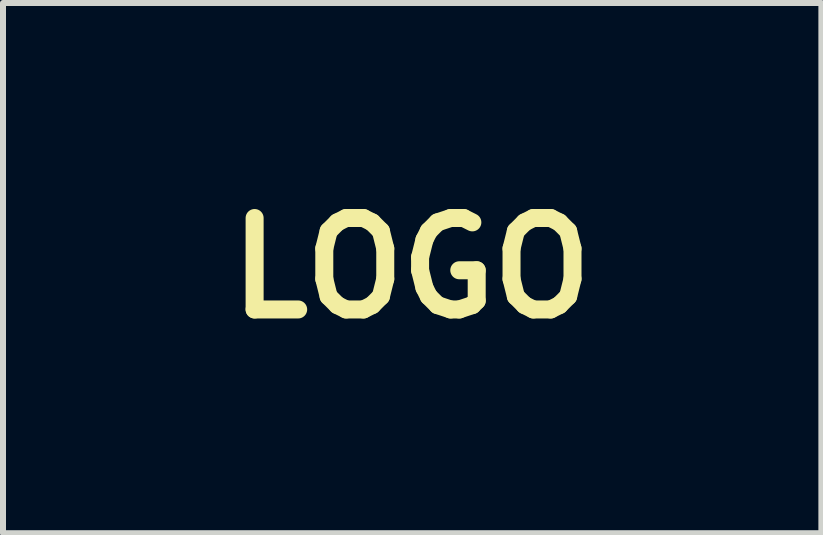
<source format=kicad_pcb>
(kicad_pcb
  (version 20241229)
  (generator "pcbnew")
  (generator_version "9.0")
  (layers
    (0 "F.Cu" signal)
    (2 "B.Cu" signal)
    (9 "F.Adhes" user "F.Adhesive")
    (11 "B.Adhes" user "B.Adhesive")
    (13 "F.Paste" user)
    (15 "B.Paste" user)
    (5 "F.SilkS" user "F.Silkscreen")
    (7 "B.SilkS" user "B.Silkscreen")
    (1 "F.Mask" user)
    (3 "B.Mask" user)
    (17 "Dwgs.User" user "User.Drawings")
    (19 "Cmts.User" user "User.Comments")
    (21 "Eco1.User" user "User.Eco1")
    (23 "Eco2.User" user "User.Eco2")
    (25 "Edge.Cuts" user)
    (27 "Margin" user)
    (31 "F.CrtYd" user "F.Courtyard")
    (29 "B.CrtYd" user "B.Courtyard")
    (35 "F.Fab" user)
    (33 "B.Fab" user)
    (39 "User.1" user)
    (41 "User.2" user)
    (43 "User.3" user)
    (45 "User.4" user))
  (footprint "LOGO"
    (layer "F.Cu")
    (at 3.806 1.418)
    (property "Reference" "LOGO" (at 0 0 0) (layer "F.SilkS") (effects (font (size 1.524 1.524) (thickness 0.3))))
    (attr through_hole)
    (fp_poly (pts (xy -2.684 0.251) (xy -2.716 0.262) (xy -2.739 0.269) (xy -2.756 0.276) (xy -2.758 0.276) (xy -2.77 0.274) (xy -2.773 0.269) (xy -2.774 0.258) (xy -2.775 0.232) (xy -2.775 0.194) (xy -2.776 0.146) (xy -2.776 0.09) (xy -2.775 0.029) (xy -2.775 0.025) (xy -2.773 -0.207) (xy -2.684 -0.213) (xy -2.684 0.251)) (stroke (width 0.01) (type solid)) (fill yes) (layer "F.Mask"))
    (fp_poly (pts (xy -0.906 -0.726) (xy -0.891 -0.723) (xy -0.872 -0.718) (xy -0.872 0.559) (xy -0.999 0.559) (xy -0.999 -0.042) (xy -1.651 -0.042) (xy -1.653 0.256) (xy -1.655 0.555) (xy -1.717 0.557) (xy -1.778 0.56) (xy -1.778 -0.718) (xy -1.759 -0.723) (xy -1.723 -0.728) (xy -1.685 -0.726) (xy -1.67 -0.723) (xy -1.651 -0.718) (xy -1.651 -0.161) (xy -0.999 -0.161) (xy -0.999 -0.718) (xy -0.98 -0.723) (xy -0.945 -0.728) (xy -0.906 -0.726)) (stroke (width 0.01) (type solid)) (fill yes) (layer "F.Mask"))
    (fp_poly (pts (xy -3.471 -0.208) (xy -3.444 -0.206) (xy -3.403 -0.204) (xy -3.352 -0.203) (xy -3.295 -0.201) (xy -3.235 -0.199) (xy -3.215 -0.198) (xy -3.023 -0.193) (xy -3.023 0.32) (xy -3.054 0.325) (xy -3.095 0.328) (xy -3.148 0.329) (xy -3.213 0.325) (xy -3.272 0.32) (xy -3.32 0.314) (xy -3.371 0.306) (xy -3.422 0.296) (xy -3.468 0.286) (xy -3.504 0.276) (xy -3.516 0.272) (xy -3.539 0.263) (xy -3.537 0.025) (xy -3.535 -0.212) (xy -3.471 -0.208)) (stroke (width 0.01) (type solid)) (fill yes) (layer "F.Mask"))
    (fp_poly (pts (xy 0.584 0.449) (xy 1.101 0.449) (xy 1.101 0.559) (xy 0.783 0.559) (xy 0.702 0.559) (xy 0.635 0.559) (xy 0.583 0.558) (xy 0.542 0.558) (xy 0.512 0.557) (xy 0.49 0.555) (xy 0.475 0.553) (xy 0.466 0.551) (xy 0.461 0.547) (xy 0.458 0.543) (xy 0.457 0.542) (xy 0.456 0.531) (xy 0.454 0.503) (xy 0.453 0.459) (xy 0.452 0.399) (xy 0.451 0.322) (xy 0.45 0.23) (xy 0.45 0.12) (xy 0.451 -0.006) (xy 0.451 -0.095) (xy 0.453 -0.715) (xy 0.58 -0.715) (xy 0.584 0.449)) (stroke (width 0.01) (type solid)) (fill yes) (layer "F.Mask"))
    (fp_poly (pts (xy 3.384 -0.72) (xy 3.828 -0.72) (xy 3.825 -0.667) (xy 3.823 -0.614) (xy 3.634 -0.612) (xy 3.446 -0.609) (xy 3.444 -0.027) (xy 3.442 0.555) (xy 3.381 0.557) (xy 3.349 0.558) (xy 3.329 0.556) (xy 3.319 0.551) (xy 3.316 0.546) (xy 3.315 0.535) (xy 3.314 0.509) (xy 3.313 0.469) (xy 3.312 0.416) (xy 3.312 0.352) (xy 3.311 0.278) (xy 3.311 0.196) (xy 3.311 0.106) (xy 3.31 0.012) (xy 3.31 -0.039) (xy 3.31 -0.61) (xy 3.124 -0.61) (xy 3.063 -0.61) (xy 3.017 -0.61) (xy 2.984 -0.611) (xy 2.961 -0.612) (xy 2.948 -0.615) (xy 2.94 -0.618) (xy 2.938 -0.622) (xy 2.937 -0.624) (xy 2.935 -0.646) (xy 2.933 -0.656) (xy 2.932 -0.677) (xy 2.934 -0.696) (xy 2.939 -0.72) (xy 3.384 -0.72)) (stroke (width 0.01) (type solid)) (fill yes) (layer "F.Mask"))
    (fp_poly (pts (xy 1.417 -0.693) (xy 1.418 -0.68) (xy 1.419 -0.651) (xy 1.42 -0.609) (xy 1.42 -0.556) (xy 1.421 -0.492) (xy 1.421 -0.42) (xy 1.422 -0.341) (xy 1.422 -0.257) (xy 1.422 -0.17) (xy 1.422 -0.08) (xy 1.422 0.009) (xy 1.422 0.096) (xy 1.422 0.181) (xy 1.421 0.26) (xy 1.421 0.333) (xy 1.42 0.398) (xy 1.42 0.452) (xy 1.419 0.495) (xy 1.418 0.525) (xy 1.417 0.539) (xy 1.417 0.54) (xy 1.413 0.55) (xy 1.405 0.555) (xy 1.388 0.558) (xy 1.36 0.559) (xy 1.35 0.559) (xy 1.317 0.558) (xy 1.298 0.556) (xy 1.288 0.552) (xy 1.284 0.543) (xy 1.283 0.54) (xy 1.282 0.528) (xy 1.281 0.501) (xy 1.281 0.46) (xy 1.28 0.406) (xy 1.28 0.341) (xy 1.28 0.266) (xy 1.28 0.182) (xy 1.28 0.09) (xy 1.28 -0.007) (xy 1.28 -0.097) (xy 1.283 -0.715) (xy 1.347 -0.718) (xy 1.412 -0.72) (xy 1.417 -0.693)) (stroke (width 0.01) (type solid)) (fill yes) (layer "F.Mask"))
    (fp_poly (pts (xy -3.732 -0.335) (xy -3.715 -0.315) (xy -3.704 -0.287) (xy -3.7 -0.257) (xy -3.697 -0.237) (xy -3.685 -0.225) (xy -3.661 -0.221) (xy -3.644 -0.22) (xy -3.615 -0.22) (xy -3.615 0.004) (xy -3.615 0.064) (xy -3.616 0.118) (xy -3.616 0.163) (xy -3.616 0.198) (xy -3.617 0.221) (xy -3.617 0.229) (xy -3.625 0.225) (xy -3.642 0.215) (xy -3.649 0.211) (xy -3.688 0.184) (xy -3.716 0.155) (xy -3.736 0.12) (xy -3.751 0.074) (xy -3.756 0.051) (xy -3.769 -0.012) (xy -3.781 -0.074) (xy -3.79 -0.132) (xy -3.797 -0.183) (xy -3.801 -0.222) (xy -3.801 -0.237) (xy -3.8 -0.25) (xy -3.758 -0.25) (xy -3.757 -0.235) (xy -3.754 -0.234) (xy -3.754 -0.235) (xy -3.752 -0.252) (xy -3.753 -0.26) (xy -3.756 -0.264) (xy -3.757 -0.252) (xy -3.758 -0.25) (xy -3.8 -0.25) (xy -3.798 -0.279) (xy -3.787 -0.312) (xy -3.771 -0.335) (xy -3.751 -0.343) (xy -3.751 -0.343) (xy -3.732 -0.335)) (stroke (width 0.01) (type solid)) (fill yes) (layer "F.Mask"))
    (fp_poly (pts (xy -2.496 -0.339) (xy -2.482 -0.318) (xy -2.472 -0.287) (xy -2.466 -0.255) (xy -2.466 -0.232) (xy -2.469 -0.197) (xy -2.474 -0.153) (xy -2.481 -0.103) (xy -2.489 -0.051) (xy -2.497 0.000015) (xy -2.506 0.047) (xy -2.514 0.085) (xy -2.521 0.113) (xy -2.525 0.123) (xy -2.54 0.145) (xy -2.561 0.169) (xy -2.583 0.189) (xy -2.593 0.196) (xy -2.598 0.197) (xy -2.601 0.196) (xy -2.604 0.188) (xy -2.605 0.174) (xy -2.606 0.15) (xy -2.607 0.116) (xy -2.606 0.069) (xy -2.606 0.007) (xy -2.606 -0.01) (xy -2.605 -0.076) (xy -2.604 -0.126) (xy -2.603 -0.164) (xy -2.602 -0.191) (xy -2.6 -0.208) (xy -2.597 -0.219) (xy -2.594 -0.224) (xy -2.589 -0.226) (xy -2.585 -0.227) (xy -2.574 -0.232) (xy -2.567 -0.245) (xy -2.566 -0.25) (xy -2.513 -0.25) (xy -2.512 -0.235) (xy -2.509 -0.234) (xy -2.509 -0.235) (xy -2.507 -0.252) (xy -2.509 -0.26) (xy -2.511 -0.264) (xy -2.513 -0.252) (xy -2.513 -0.25) (xy -2.566 -0.25) (xy -2.562 -0.27) (xy -2.562 -0.272) (xy -2.553 -0.306) (xy -2.538 -0.332) (xy -2.52 -0.346) (xy -2.511 -0.347) (xy -2.496 -0.339)) (stroke (width 0.01) (type solid)) (fill yes) (layer "F.Mask"))
    (fp_poly (pts (xy -0.032 -0.727) (xy 0.03 -0.726) (xy 0.077 -0.725) (xy 0.108 -0.723) (xy 0.125 -0.72) (xy 0.127 -0.719) (xy 0.137 -0.712) (xy 0.142 -0.699) (xy 0.143 -0.676) (xy 0.142 -0.662) (xy 0.14 -0.614) (xy -0.129 -0.612) (xy -0.398 -0.609) (xy -0.398 -0.161) (xy 0.114 -0.157) (xy 0.117 -0.111) (xy 0.117 -0.082) (xy 0.113 -0.06) (xy 0.109 -0.054) (xy 0.104 -0.051) (xy 0.093 -0.048) (xy 0.074 -0.046) (xy 0.046 -0.044) (xy 0.007 -0.043) (xy -0.045 -0.043) (xy -0.111 -0.042) (xy -0.149 -0.042) (xy -0.398 -0.042) (xy -0.398 0.449) (xy 0.161 0.449) (xy 0.161 0.559) (xy -0.523 0.559) (xy -0.528 0.54) (xy -0.529 0.527) (xy -0.53 0.499) (xy -0.531 0.458) (xy -0.532 0.405) (xy -0.532 0.342) (xy -0.533 0.27) (xy -0.533 0.192) (xy -0.533 0.108) (xy -0.533 0.021) (xy -0.533 -0.068) (xy -0.533 -0.158) (xy -0.533 -0.246) (xy -0.532 -0.331) (xy -0.532 -0.412) (xy -0.531 -0.486) (xy -0.53 -0.553) (xy -0.529 -0.61) (xy -0.528 -0.656) (xy -0.527 -0.689) (xy -0.526 -0.708) (xy -0.525 -0.711) (xy -0.521 -0.715) (xy -0.512 -0.717) (xy -0.497 -0.72) (xy -0.474 -0.721) (xy -0.442 -0.723) (xy -0.399 -0.724) (xy -0.344 -0.725) (xy -0.274 -0.726) (xy -0.204 -0.726) (xy -0.109 -0.727) (xy -0.032 -0.727)) (stroke (width 0.01) (type solid)) (fill yes) (layer "F.Mask"))
    (fp_poly (pts (xy -3.08 -0.876) (xy -3.043 -0.874) (xy -3.015 -0.872) (xy -2.989 -0.867) (xy -2.961 -0.859) (xy -2.929 -0.848) (xy -2.89 -0.834) (xy -2.853 -0.819) (xy -2.824 -0.805) (xy -2.814 -0.8) (xy -2.768 -0.769) (xy -2.719 -0.728) (xy -2.673 -0.684) (xy -2.637 -0.643) (xy -2.609 -0.603) (xy -2.582 -0.557) (xy -2.557 -0.509) (xy -2.537 -0.464) (xy -2.525 -0.428) (xy -2.525 -0.426) (xy -2.52 -0.403) (xy -2.522 -0.392) (xy -2.533 -0.385) (xy -2.54 -0.382) (xy -2.563 -0.366) (xy -2.583 -0.338) (xy -2.597 -0.301) (xy -2.599 -0.293) (xy -2.602 -0.282) (xy -2.607 -0.273) (xy -2.617 -0.267) (xy -2.634 -0.262) (xy -2.659 -0.257) (xy -2.694 -0.254) (xy -2.742 -0.251) (xy -2.804 -0.247) (xy -2.821 -0.246) (xy -2.956 -0.241) (xy -3.103 -0.239) (xy -3.255 -0.24) (xy -3.408 -0.244) (xy -3.473 -0.247) (xy -3.536 -0.25) (xy -3.584 -0.254) (xy -3.619 -0.258) (xy -3.643 -0.263) (xy -3.657 -0.27) (xy -3.664 -0.278) (xy -3.666 -0.288) (xy -3.672 -0.316) (xy -3.687 -0.345) (xy -3.708 -0.369) (xy -3.724 -0.381) (xy -3.749 -0.391) (xy -3.729 -0.45) (xy -3.701 -0.52) (xy -3.667 -0.582) (xy -3.624 -0.64) (xy -3.569 -0.699) (xy -3.559 -0.71) (xy -2.868 -0.71) (xy -2.864 -0.686) (xy -2.851 -0.659) (xy -2.83 -0.631) (xy -2.802 -0.605) (xy -2.785 -0.592) (xy -2.759 -0.576) (xy -2.741 -0.569) (xy -2.725 -0.569) (xy -2.714 -0.572) (xy -2.702 -0.584) (xy -2.701 -0.604) (xy -2.71 -0.628) (xy -2.726 -0.654) (xy -2.748 -0.681) (xy -2.773 -0.704) (xy -2.8 -0.723) (xy -2.826 -0.733) (xy -2.845 -0.735) (xy -2.862 -0.727) (xy -2.868 -0.71) (xy -3.559 -0.71) (xy -3.532 -0.736) (xy -3.501 -0.762) (xy -3.473 -0.783) (xy -3.441 -0.801) (xy -3.421 -0.811) (xy -3.366 -0.836) (xy -3.32 -0.854) (xy -3.277 -0.866) (xy -3.233 -0.872) (xy -3.181 -0.875) (xy -3.128 -0.876) (xy -3.08 -0.876)) (stroke (width 0.01) (type solid)) (fill yes) (layer "F.Mask"))
    (fp_poly (pts (xy -2.56 0.242) (xy -2.573 0.281) (xy -2.592 0.328) (xy -2.614 0.375) (xy -2.634 0.413) (xy -2.655 0.442) (xy -2.685 0.479) (xy -2.721 0.52) (xy -2.762 0.562) (xy -2.803 0.602) (xy -2.843 0.638) (xy -2.879 0.668) (xy -2.907 0.688) (xy -2.913 0.691) (xy -2.93 0.699) (xy -2.945 0.705) (xy -2.963 0.71) (xy -2.984 0.713) (xy -3.013 0.714) (xy -3.053 0.716) (xy -3.106 0.716) (xy -3.111 0.716) (xy -3.163 0.717) (xy -3.21 0.716) (xy -3.25 0.715) (xy -3.28 0.714) (xy -3.294 0.712) (xy -3.32 0.704) (xy -3.35 0.691) (xy -3.359 0.687) (xy -3.383 0.672) (xy -3.415 0.646) (xy -3.452 0.613) (xy -3.491 0.576) (xy -3.51 0.556) (xy -3.22 0.556) (xy -3.219 0.593) (xy -3.218 0.598) (xy -3.215 0.609) (xy -3.208 0.608) (xy -3.2 0.597) (xy -3.195 0.578) (xy -3.194 0.568) (xy -3.194 0.567) (xy -3.141 0.567) (xy -3.141 0.567) (xy -3.14 0.598) (xy -3.137 0.619) (xy -3.133 0.627) (xy -3.133 0.627) (xy -3.128 0.619) (xy -3.125 0.598) (xy -3.124 0.567) (xy -3.124 0.567) (xy -3.124 0.565) (xy -3.073 0.565) (xy -3.072 0.587) (xy -3.07 0.598) (xy -3.061 0.609) (xy -3.052 0.605) (xy -3.046 0.591) (xy -3.045 0.565) (xy -3.047 0.54) (xy -3.051 0.52) (xy -3.057 0.51) (xy -3.06 0.51) (xy -3.066 0.52) (xy -3.07 0.54) (xy -3.073 0.565) (xy -3.124 0.565) (xy -3.125 0.537) (xy -3.128 0.516) (xy -3.133 0.508) (xy -3.133 0.508) (xy -3.137 0.516) (xy -3.14 0.537) (xy -3.141 0.567) (xy -3.194 0.567) (xy -3.193 0.542) (xy -3.195 0.521) (xy -3.196 0.518) (xy -3.202 0.508) (xy -3.209 0.513) (xy -3.212 0.517) (xy -3.218 0.532) (xy -3.22 0.556) (xy -3.51 0.556) (xy -3.53 0.537) (xy -3.565 0.499) (xy -3.593 0.466) (xy -3.604 0.452) (xy -3.629 0.413) (xy -3.654 0.368) (xy -3.677 0.321) (xy -3.694 0.279) (xy -3.704 0.246) (xy -3.71 0.218) (xy -3.686 0.235) (xy -3.632 0.267) (xy -3.565 0.296) (xy -3.489 0.322) (xy -3.408 0.342) (xy -3.358 0.351) (xy -3.308 0.357) (xy -3.245 0.361) (xy -3.174 0.364) (xy -3.101 0.364) (xy -3.03 0.362) (xy -2.966 0.358) (xy -2.913 0.352) (xy -2.907 0.351) (xy -2.824 0.334) (xy -2.743 0.311) (xy -2.67 0.284) (xy -2.608 0.253) (xy -2.579 0.234) (xy -2.554 0.217) (xy -2.56 0.242)) (stroke (width 0.01) (type solid)) (fill yes) (layer "F.Mask"))
    (fp_poly (pts (xy 2.274 -0.74) (xy 2.312 -0.739) (xy 2.342 -0.737) (xy 2.367 -0.733) (xy 2.39 -0.727) (xy 2.408 -0.721) (xy 2.495 -0.682) (xy 2.572 -0.631) (xy 2.638 -0.567) (xy 2.693 -0.492) (xy 2.736 -0.407) (xy 2.768 -0.311) (xy 2.787 -0.207) (xy 2.794 -0.094) (xy 2.788 0.026) (xy 2.785 0.051) (xy 2.765 0.157) (xy 2.734 0.254) (xy 2.691 0.341) (xy 2.637 0.415) (xy 2.582 0.47) (xy 2.54 0.5) (xy 2.488 0.528) (xy 2.432 0.553) (xy 2.379 0.57) (xy 2.368 0.572) (xy 2.315 0.58) (xy 2.253 0.583) (xy 2.188 0.582) (xy 2.126 0.577) (xy 2.073 0.568) (xy 2.067 0.567) (xy 2.005 0.548) (xy 1.952 0.524) (xy 1.904 0.492) (xy 1.854 0.449) (xy 1.84 0.435) (xy 1.805 0.4) (xy 1.78 0.37) (xy 1.76 0.341) (xy 1.741 0.306) (xy 1.736 0.295) (xy 1.71 0.236) (xy 1.691 0.181) (xy 1.678 0.125) (xy 1.67 0.064) (xy 1.665 -0.006) (xy 1.664 -0.076) (xy 1.664 -0.085) (xy 1.799 -0.085) (xy 1.799 -0.029) (xy 1.8 0.014) (xy 1.802 0.046) (xy 1.805 0.073) (xy 1.81 0.096) (xy 1.817 0.121) (xy 1.819 0.127) (xy 1.855 0.219) (xy 1.899 0.298) (xy 1.953 0.362) (xy 2.016 0.411) (xy 2.088 0.447) (xy 2.121 0.458) (xy 2.181 0.471) (xy 2.241 0.472) (xy 2.299 0.465) (xy 2.378 0.442) (xy 2.447 0.406) (xy 2.508 0.355) (xy 2.56 0.29) (xy 2.603 0.21) (xy 2.634 0.127) (xy 2.642 0.101) (xy 2.647 0.077) (xy 2.651 0.051) (xy 2.653 0.019) (xy 2.654 -0.023) (xy 2.654 -0.077) (xy 2.654 -0.08) (xy 2.653 -0.15) (xy 2.65 -0.207) (xy 2.643 -0.256) (xy 2.631 -0.301) (xy 2.614 -0.347) (xy 2.591 -0.396) (xy 2.585 -0.41) (xy 2.542 -0.479) (xy 2.488 -0.535) (xy 2.427 -0.58) (xy 2.36 -0.611) (xy 2.289 -0.629) (xy 2.215 -0.634) (xy 2.142 -0.625) (xy 2.07 -0.601) (xy 2.003 -0.563) (xy 1.947 -0.517) (xy 1.912 -0.478) (xy 1.883 -0.437) (xy 1.858 -0.389) (xy 1.834 -0.33) (xy 1.826 -0.309) (xy 1.816 -0.281) (xy 1.809 -0.257) (xy 1.805 -0.235) (xy 1.802 -0.21) (xy 1.8 -0.179) (xy 1.799 -0.138) (xy 1.799 -0.085) (xy 1.664 -0.085) (xy 1.665 -0.135) (xy 1.666 -0.181) (xy 1.668 -0.217) (xy 1.672 -0.249) (xy 1.678 -0.279) (xy 1.683 -0.299) (xy 1.715 -0.399) (xy 1.757 -0.487) (xy 1.81 -0.562) (xy 1.875 -0.625) (xy 1.952 -0.677) (xy 2.037 -0.717) (xy 2.061 -0.726) (xy 2.083 -0.732) (xy 2.105 -0.736) (xy 2.133 -0.739) (xy 2.17 -0.74) (xy 2.22 -0.74) (xy 2.223 -0.74) (xy 2.274 -0.74)) (stroke (width 0.01) (type solid)) (fill yes) (layer "F.Mask")))
  (gr_rect
    (start -3 -3)
    (end 10.639 5.836)
    (stroke (width 0.1) (type default))
    (fill no)
    (layer "Edge.Cuts")))
</source>
